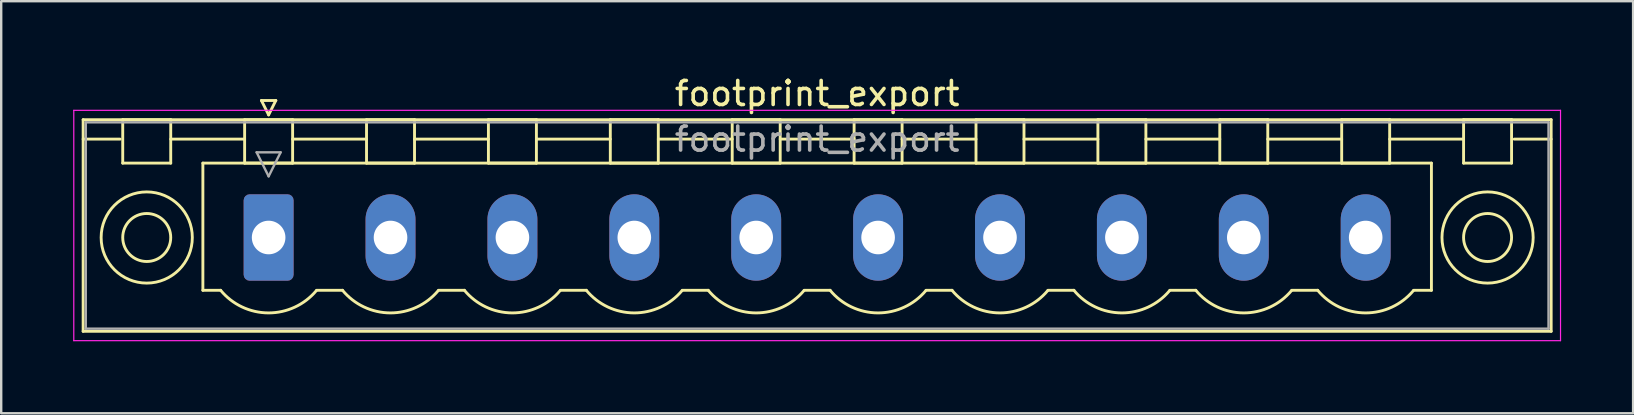
<source format=kicad_pcb>
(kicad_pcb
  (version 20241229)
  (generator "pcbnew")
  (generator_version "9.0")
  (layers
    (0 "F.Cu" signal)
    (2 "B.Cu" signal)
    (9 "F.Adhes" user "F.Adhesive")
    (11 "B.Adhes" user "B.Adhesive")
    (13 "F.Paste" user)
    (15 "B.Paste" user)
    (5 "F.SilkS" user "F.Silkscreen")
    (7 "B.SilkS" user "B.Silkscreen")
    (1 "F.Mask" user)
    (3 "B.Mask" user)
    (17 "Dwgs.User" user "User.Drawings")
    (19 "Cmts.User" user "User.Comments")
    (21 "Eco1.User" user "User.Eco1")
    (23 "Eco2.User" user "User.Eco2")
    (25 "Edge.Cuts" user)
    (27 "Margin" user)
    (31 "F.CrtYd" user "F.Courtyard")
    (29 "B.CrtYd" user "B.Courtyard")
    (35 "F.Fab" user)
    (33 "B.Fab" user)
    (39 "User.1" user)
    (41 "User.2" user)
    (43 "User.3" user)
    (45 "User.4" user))
  (footprint "footprint_export"
    (layer "F.Cu")
    (at 8.145 6.848)
    (property "Reference" "footprint_export" (at 22.86 -6 0) (layer "F.SilkS") (effects (font (size 1 1) (thickness 0.15))))
    (attr through_hole)
    (fp_line (start -7.73 -4.91) (end -7.73 3.91) (stroke (width 0.12) (type solid)) (layer "F.SilkS"))
    (fp_line (start -7.73 -4.1) (end -6.19 -4.1) (stroke (width 0.12) (type solid)) (layer "F.SilkS"))
    (fp_line (start -7.73 3.91) (end 53.45 3.91) (stroke (width 0.12) (type solid)) (layer "F.SilkS"))
    (fp_line (start -6.08 -4.91) (end -4.08 -4.91) (stroke (width 0.12) (type solid)) (layer "F.SilkS"))
    (fp_line (start -6.08 -3.1) (end -6.08 -4.91) (stroke (width 0.12) (type solid)) (layer "F.SilkS"))
    (fp_line (start -4.08 -4.91) (end -4.08 -3.1) (stroke (width 0.12) (type solid)) (layer "F.SilkS"))
    (fp_line (start -4.08 -4.1) (end -1 -4.1) (stroke (width 0.12) (type solid)) (layer "F.SilkS"))
    (fp_line (start -4.08 -3.1) (end -6.08 -3.1) (stroke (width 0.12) (type solid)) (layer "F.SilkS"))
    (fp_line (start -2.74 -3.1) (end 48.46 -3.1) (stroke (width 0.12) (type solid)) (layer "F.SilkS"))
    (fp_line (start -2.74 2.2) (end -2.74 -3.1) (stroke (width 0.12) (type solid)) (layer "F.SilkS"))
    (fp_line (start -2 2.2) (end -2.74 2.2) (stroke (width 0.12) (type solid)) (layer "F.SilkS"))
    (fp_line (start -1 -4.91) (end 1 -4.91) (stroke (width 0.12) (type solid)) (layer "F.SilkS"))
    (fp_line (start -1 -3.1) (end -1 -4.91) (stroke (width 0.12) (type solid)) (layer "F.SilkS"))
    (fp_line (start -0.3 -5.71) (end 0.3 -5.71) (stroke (width 0.12) (type solid)) (layer "F.SilkS"))
    (fp_line (start 0 -5.11) (end -0.3 -5.71) (stroke (width 0.12) (type solid)) (layer "F.SilkS"))
    (fp_line (start 0.3 -5.71) (end 0 -5.11) (stroke (width 0.12) (type solid)) (layer "F.SilkS"))
    (fp_line (start 1 -4.91) (end 1 -3.1) (stroke (width 0.12) (type solid)) (layer "F.SilkS"))
    (fp_line (start 1 -4.1) (end 4.08 -4.1) (stroke (width 0.12) (type solid)) (layer "F.SilkS"))
    (fp_line (start 1 -3.1) (end -1 -3.1) (stroke (width 0.12) (type solid)) (layer "F.SilkS"))
    (fp_line (start 2 2.2) (end 3.08 2.2) (stroke (width 0.12) (type solid)) (layer "F.SilkS"))
    (fp_line (start 4.08 -4.91) (end 6.08 -4.91) (stroke (width 0.12) (type solid)) (layer "F.SilkS"))
    (fp_line (start 4.08 -3.1) (end 4.08 -4.91) (stroke (width 0.12) (type solid)) (layer "F.SilkS"))
    (fp_line (start 6.08 -4.91) (end 6.08 -3.1) (stroke (width 0.12) (type solid)) (layer "F.SilkS"))
    (fp_line (start 6.08 -4.1) (end 9.16 -4.1) (stroke (width 0.12) (type solid)) (layer "F.SilkS"))
    (fp_line (start 6.08 -3.1) (end 4.08 -3.1) (stroke (width 0.12) (type solid)) (layer "F.SilkS"))
    (fp_line (start 7.08 2.2) (end 8.16 2.2) (stroke (width 0.12) (type solid)) (layer "F.SilkS"))
    (fp_line (start 9.16 -4.91) (end 11.16 -4.91) (stroke (width 0.12) (type solid)) (layer "F.SilkS"))
    (fp_line (start 9.16 -3.1) (end 9.16 -4.91) (stroke (width 0.12) (type solid)) (layer "F.SilkS"))
    (fp_line (start 11.16 -4.91) (end 11.16 -3.1) (stroke (width 0.12) (type solid)) (layer "F.SilkS"))
    (fp_line (start 11.16 -4.1) (end 14.24 -4.1) (stroke (width 0.12) (type solid)) (layer "F.SilkS"))
    (fp_line (start 11.16 -3.1) (end 9.16 -3.1) (stroke (width 0.12) (type solid)) (layer "F.SilkS"))
    (fp_line (start 12.16 2.2) (end 13.24 2.2) (stroke (width 0.12) (type solid)) (layer "F.SilkS"))
    (fp_line (start 14.24 -4.91) (end 16.24 -4.91) (stroke (width 0.12) (type solid)) (layer "F.SilkS"))
    (fp_line (start 14.24 -3.1) (end 14.24 -4.91) (stroke (width 0.12) (type solid)) (layer "F.SilkS"))
    (fp_line (start 16.24 -4.91) (end 16.24 -3.1) (stroke (width 0.12) (type solid)) (layer "F.SilkS"))
    (fp_line (start 16.24 -4.1) (end 19.32 -4.1) (stroke (width 0.12) (type solid)) (layer "F.SilkS"))
    (fp_line (start 16.24 -3.1) (end 14.24 -3.1) (stroke (width 0.12) (type solid)) (layer "F.SilkS"))
    (fp_line (start 17.24 2.2) (end 18.32 2.2) (stroke (width 0.12) (type solid)) (layer "F.SilkS"))
    (fp_line (start 19.32 -4.91) (end 21.32 -4.91) (stroke (width 0.12) (type solid)) (layer "F.SilkS"))
    (fp_line (start 19.32 -3.1) (end 19.32 -4.91) (stroke (width 0.12) (type solid)) (layer "F.SilkS"))
    (fp_line (start 21.32 -4.91) (end 21.32 -3.1) (stroke (width 0.12) (type solid)) (layer "F.SilkS"))
    (fp_line (start 21.32 -4.1) (end 24.4 -4.1) (stroke (width 0.12) (type solid)) (layer "F.SilkS"))
    (fp_line (start 21.32 -3.1) (end 19.32 -3.1) (stroke (width 0.12) (type solid)) (layer "F.SilkS"))
    (fp_line (start 22.32 2.2) (end 23.4 2.2) (stroke (width 0.12) (type solid)) (layer "F.SilkS"))
    (fp_line (start 24.4 -4.91) (end 26.4 -4.91) (stroke (width 0.12) (type solid)) (layer "F.SilkS"))
    (fp_line (start 24.4 -3.1) (end 24.4 -4.91) (stroke (width 0.12) (type solid)) (layer "F.SilkS"))
    (fp_line (start 26.4 -4.91) (end 26.4 -3.1) (stroke (width 0.12) (type solid)) (layer "F.SilkS"))
    (fp_line (start 26.4 -4.1) (end 29.48 -4.1) (stroke (width 0.12) (type solid)) (layer "F.SilkS"))
    (fp_line (start 26.4 -3.1) (end 24.4 -3.1) (stroke (width 0.12) (type solid)) (layer "F.SilkS"))
    (fp_line (start 27.4 2.2) (end 28.48 2.2) (stroke (width 0.12) (type solid)) (layer "F.SilkS"))
    (fp_line (start 29.48 -4.91) (end 31.48 -4.91) (stroke (width 0.12) (type solid)) (layer "F.SilkS"))
    (fp_line (start 29.48 -3.1) (end 29.48 -4.91) (stroke (width 0.12) (type solid)) (layer "F.SilkS"))
    (fp_line (start 31.48 -4.91) (end 31.48 -3.1) (stroke (width 0.12) (type solid)) (layer "F.SilkS"))
    (fp_line (start 31.48 -4.1) (end 34.56 -4.1) (stroke (width 0.12) (type solid)) (layer "F.SilkS"))
    (fp_line (start 31.48 -3.1) (end 29.48 -3.1) (stroke (width 0.12) (type solid)) (layer "F.SilkS"))
    (fp_line (start 32.48 2.2) (end 33.56 2.2) (stroke (width 0.12) (type solid)) (layer "F.SilkS"))
    (fp_line (start 34.56 -4.91) (end 36.56 -4.91) (stroke (width 0.12) (type solid)) (layer "F.SilkS"))
    (fp_line (start 34.56 -3.1) (end 34.56 -4.91) (stroke (width 0.12) (type solid)) (layer "F.SilkS"))
    (fp_line (start 36.56 -4.91) (end 36.56 -3.1) (stroke (width 0.12) (type solid)) (layer "F.SilkS"))
    (fp_line (start 36.56 -4.1) (end 39.64 -4.1) (stroke (width 0.12) (type solid)) (layer "F.SilkS"))
    (fp_line (start 36.56 -3.1) (end 34.56 -3.1) (stroke (width 0.12) (type solid)) (layer "F.SilkS"))
    (fp_line (start 37.56 2.2) (end 38.64 2.2) (stroke (width 0.12) (type solid)) (layer "F.SilkS"))
    (fp_line (start 39.64 -4.91) (end 41.64 -4.91) (stroke (width 0.12) (type solid)) (layer "F.SilkS"))
    (fp_line (start 39.64 -3.1) (end 39.64 -4.91) (stroke (width 0.12) (type solid)) (layer "F.SilkS"))
    (fp_line (start 41.64 -4.91) (end 41.64 -3.1) (stroke (width 0.12) (type solid)) (layer "F.SilkS"))
    (fp_line (start 41.64 -4.1) (end 44.72 -4.1) (stroke (width 0.12) (type solid)) (layer "F.SilkS"))
    (fp_line (start 41.64 -3.1) (end 39.64 -3.1) (stroke (width 0.12) (type solid)) (layer "F.SilkS"))
    (fp_line (start 42.64 2.2) (end 43.72 2.2) (stroke (width 0.12) (type solid)) (layer "F.SilkS"))
    (fp_line (start 44.72 -4.91) (end 46.72 -4.91) (stroke (width 0.12) (type solid)) (layer "F.SilkS"))
    (fp_line (start 44.72 -3.1) (end 44.72 -4.91) (stroke (width 0.12) (type solid)) (layer "F.SilkS"))
    (fp_line (start 46.72 -4.91) (end 46.72 -3.1) (stroke (width 0.12) (type solid)) (layer "F.SilkS"))
    (fp_line (start 46.72 -4.1) (end 49.8 -4.1) (stroke (width 0.12) (type solid)) (layer "F.SilkS"))
    (fp_line (start 46.72 -3.1) (end 44.72 -3.1) (stroke (width 0.12) (type solid)) (layer "F.SilkS"))
    (fp_line (start 48.46 -3.1) (end 48.46 2.2) (stroke (width 0.12) (type solid)) (layer "F.SilkS"))
    (fp_line (start 48.46 2.2) (end 47.72 2.2) (stroke (width 0.12) (type solid)) (layer "F.SilkS"))
    (fp_line (start 49.8 -4.91) (end 51.8 -4.91) (stroke (width 0.12) (type solid)) (layer "F.SilkS"))
    (fp_line (start 49.8 -3.1) (end 49.8 -4.91) (stroke (width 0.12) (type solid)) (layer "F.SilkS"))
    (fp_line (start 51.8 -4.91) (end 51.8 -3.1) (stroke (width 0.12) (type solid)) (layer "F.SilkS"))
    (fp_line (start 51.8 -3.1) (end 49.8 -3.1) (stroke (width 0.12) (type solid)) (layer "F.SilkS"))
    (fp_line (start 53.45 -4.91) (end -7.73 -4.91) (stroke (width 0.12) (type solid)) (layer "F.SilkS"))
    (fp_line (start 53.45 -4.1) (end 51.91 -4.1) (stroke (width 0.12) (type solid)) (layer "F.SilkS"))
    (fp_line (start 53.45 3.91) (end 53.45 -4.91) (stroke (width 0.12) (type solid)) (layer "F.SilkS"))
    (fp_arc (start 1.986842 2.215821) (mid -0.010289 3.142758) (end -2 2.2) (stroke (width 0.12) (type solid)) (layer "F.SilkS"))
    (fp_arc (start 7.066842 2.215821) (mid 5.069711 3.142758) (end 3.08 2.2) (stroke (width 0.12) (type solid)) (layer "F.SilkS"))
    (fp_arc (start 12.146842 2.215821) (mid 10.149711 3.142758) (end 8.16 2.2) (stroke (width 0.12) (type solid)) (layer "F.SilkS"))
    (fp_arc (start 17.226842 2.215821) (mid 15.229711 3.142758) (end 13.24 2.2) (stroke (width 0.12) (type solid)) (layer "F.SilkS"))
    (fp_arc (start 22.306842 2.215821) (mid 20.309711 3.142758) (end 18.32 2.2) (stroke (width 0.12) (type solid)) (layer "F.SilkS"))
    (fp_arc (start 27.386842 2.215821) (mid 25.389711 3.142758) (end 23.4 2.2) (stroke (width 0.12) (type solid)) (layer "F.SilkS"))
    (fp_arc (start 32.466842 2.215821) (mid 30.469711 3.142758) (end 28.48 2.2) (stroke (width 0.12) (type solid)) (layer "F.SilkS"))
    (fp_arc (start 37.546842 2.215821) (mid 35.549711 3.142758) (end 33.56 2.2) (stroke (width 0.12) (type solid)) (layer "F.SilkS"))
    (fp_arc (start 42.626842 2.215821) (mid 40.629711 3.142758) (end 38.64 2.2) (stroke (width 0.12) (type solid)) (layer "F.SilkS"))
    (fp_arc (start 47.706842 2.215821) (mid 45.709711 3.142758) (end 43.72 2.2) (stroke (width 0.12) (type solid)) (layer "F.SilkS"))
    (fp_circle (center -5.08 0) (end -4.08 0) (stroke (width 0.12) (type solid)) (fill no) (layer "F.SilkS"))
    (fp_circle (center -5.08 0) (end -3.18 0) (stroke (width 0.12) (type solid)) (fill no) (layer "F.SilkS"))
    (fp_circle (center 50.8 0) (end 51.8 0) (stroke (width 0.12) (type solid)) (fill no) (layer "F.SilkS"))
    (fp_circle (center 50.8 0) (end 52.7 0) (stroke (width 0.12) (type solid)) (fill no) (layer "F.SilkS"))
    (fp_line (start -8.12 -5.3) (end -8.12 4.3) (stroke (width 0.05) (type solid)) (layer "F.CrtYd"))
    (fp_line (start -8.12 4.3) (end 53.84 4.3) (stroke (width 0.05) (type solid)) (layer "F.CrtYd"))
    (fp_line (start 53.84 -5.3) (end -8.12 -5.3) (stroke (width 0.05) (type solid)) (layer "F.CrtYd"))
    (fp_line (start 53.84 4.3) (end 53.84 -5.3) (stroke (width 0.05) (type solid)) (layer "F.CrtYd"))
    (fp_line (start -7.62 -4.8) (end -7.62 3.8) (stroke (width 0.1) (type solid)) (layer "F.Fab"))
    (fp_line (start -7.62 3.8) (end 53.34 3.8) (stroke (width 0.1) (type solid)) (layer "F.Fab"))
    (fp_line (start -0.5 -3.55) (end 0.5 -3.55) (stroke (width 0.1) (type solid)) (layer "F.Fab"))
    (fp_line (start 0 -2.55) (end -0.5 -3.55) (stroke (width 0.1) (type solid)) (layer "F.Fab"))
    (fp_line (start 0.5 -3.55) (end 0 -2.55) (stroke (width 0.1) (type solid)) (layer "F.Fab"))
    (fp_line (start 53.34 -4.8) (end -7.62 -4.8) (stroke (width 0.1) (type solid)) (layer "F.Fab"))
    (fp_line (start 53.34 3.8) (end 53.34 -4.8) (stroke (width 0.1) (type solid)) (layer "F.Fab"))
    (fp_text user "${REFERENCE}" (at 22.86 -4.1 0) (layer "F.Fab") (effects (font (size 1 1) (thickness 0.15))))
    (pad "1" thru_hole roundrect (at 0 0) (size 2.08 3.6) (drill 1.4) (layers "*.Cu" "*.Mask") (roundrect_rratio 0.12))
    (pad "2" thru_hole oval (at 5.08 0) (size 2.08 3.6) (drill 1.4) (layers "*.Cu" "*.Mask"))
    (pad "3" thru_hole oval (at 10.16 0) (size 2.08 3.6) (drill 1.4) (layers "*.Cu" "*.Mask"))
    (pad "4" thru_hole oval (at 15.24 0) (size 2.08 3.6) (drill 1.4) (layers "*.Cu" "*.Mask"))
    (pad "5" thru_hole oval (at 20.32 0) (size 2.08 3.6) (drill 1.4) (layers "*.Cu" "*.Mask"))
    (pad "6" thru_hole oval (at 25.4 0) (size 2.08 3.6) (drill 1.4) (layers "*.Cu" "*.Mask"))
    (pad "7" thru_hole oval (at 30.48 0) (size 2.08 3.6) (drill 1.4) (layers "*.Cu" "*.Mask"))
    (pad "8" thru_hole oval (at 35.56 0) (size 2.08 3.6) (drill 1.4) (layers "*.Cu" "*.Mask"))
    (pad "9" thru_hole oval (at 40.64 0) (size 2.08 3.6) (drill 1.4) (layers "*.Cu" "*.Mask"))
    (pad "10" thru_hole oval (at 45.72 0) (size 2.08 3.6) (drill 1.4) (layers "*.Cu" "*.Mask")))
  (gr_rect
    (start -3 -3)
    (end 65.01 14.173)
    (stroke (width 0.1) (type default))
    (fill no)
    (layer "Edge.Cuts")))
</source>
